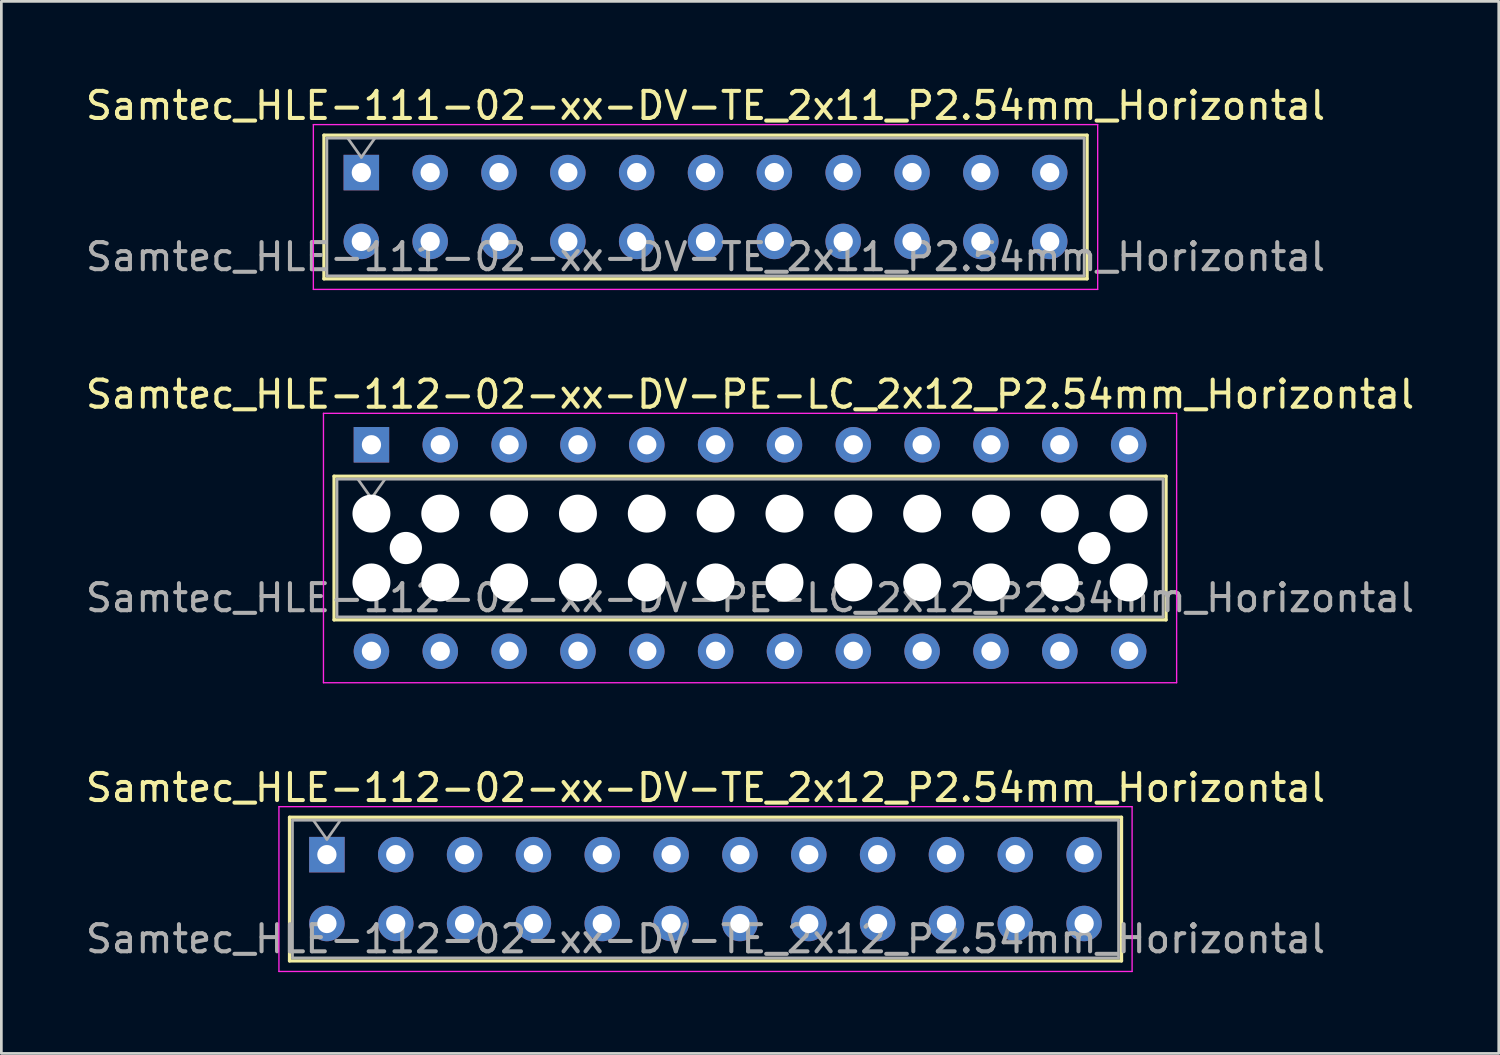
<source format=kicad_pcb>
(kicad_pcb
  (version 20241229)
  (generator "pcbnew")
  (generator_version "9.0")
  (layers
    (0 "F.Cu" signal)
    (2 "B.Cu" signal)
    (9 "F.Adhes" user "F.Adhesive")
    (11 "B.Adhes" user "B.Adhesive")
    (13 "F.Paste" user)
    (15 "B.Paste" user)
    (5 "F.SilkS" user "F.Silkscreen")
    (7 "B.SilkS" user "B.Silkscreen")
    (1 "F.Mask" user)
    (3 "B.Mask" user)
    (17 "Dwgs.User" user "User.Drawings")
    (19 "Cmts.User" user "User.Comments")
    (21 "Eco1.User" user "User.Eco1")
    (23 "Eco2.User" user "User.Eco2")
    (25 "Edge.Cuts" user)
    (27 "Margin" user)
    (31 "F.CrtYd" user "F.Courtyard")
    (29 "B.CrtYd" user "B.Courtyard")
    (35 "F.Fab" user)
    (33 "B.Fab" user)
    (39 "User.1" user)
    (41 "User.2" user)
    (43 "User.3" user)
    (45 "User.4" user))
  (footprint "Samtec_HLE-112-02-xx-DV-PE-LC_2x12_P2.54mm_Horizontal"
    (layer "F.Cu")
    (at 10.655 13.361)
    (property "Reference" "Samtec_HLE-112-02-xx-DV-PE-LC_2x12_P2.54mm_Horizontal" (at 13.97 -1.86 0) (layer "F.SilkS") (effects (font (size 1 1) (thickness 0.15))))
    (attr through_hole)
    (fp_line (start -1.38 1.16) (end 29.32 1.16) (stroke (width 0.12) (type solid)) (layer "F.SilkS"))
    (fp_line (start -1.38 6.46) (end -1.38 1.16) (stroke (width 0.12) (type solid)) (layer "F.SilkS"))
    (fp_line (start 29.32 1.16) (end 29.32 6.46) (stroke (width 0.12) (type solid)) (layer "F.SilkS"))
    (fp_line (start 29.32 6.46) (end -1.38 6.46) (stroke (width 0.12) (type solid)) (layer "F.SilkS"))
    (fp_line (start -1.77 -1.16) (end 29.71 -1.16) (stroke (width 0.05) (type solid)) (layer "F.CrtYd"))
    (fp_line (start -1.77 8.78) (end -1.77 -1.16) (stroke (width 0.05) (type solid)) (layer "F.CrtYd"))
    (fp_line (start 29.71 -1.16) (end 29.71 8.78) (stroke (width 0.05) (type solid)) (layer "F.CrtYd"))
    (fp_line (start 29.71 8.78) (end -1.77 8.78) (stroke (width 0.05) (type solid)) (layer "F.CrtYd"))
    (fp_line (start -1.27 1.27) (end 29.21 1.27) (stroke (width 0.1) (type solid)) (layer "F.Fab"))
    (fp_line (start -1.27 6.35) (end -1.27 1.27) (stroke (width 0.1) (type solid)) (layer "F.Fab"))
    (fp_line (start -0.5 1.27) (end 0 1.977) (stroke (width 0.1) (type solid)) (layer "F.Fab"))
    (fp_line (start 0 1.977) (end 0.5 1.27) (stroke (width 0.1) (type solid)) (layer "F.Fab"))
    (fp_line (start 29.21 1.27) (end 29.21 6.35) (stroke (width 0.1) (type solid)) (layer "F.Fab"))
    (fp_line (start 29.21 6.35) (end -1.27 6.35) (stroke (width 0.1) (type solid)) (layer "F.Fab"))
    (fp_text user "${REFERENCE}" (at 13.97 5.65 0) (layer "F.Fab") (effects (font (size 1 1) (thickness 0.15))))
    (pad "" np_thru_hole circle (at 0 2.54) (size 1.4 1.4) (drill 1.4) (layers "*.Cu" "*.Mask"))
    (pad "" np_thru_hole circle (at 0 5.08) (size 1.4 1.4) (drill 1.4) (layers "*.Cu" "*.Mask"))
    (pad "" np_thru_hole circle (at 1.27 3.81) (size 1.19 1.19) (drill 1.19) (layers "*.Cu" "*.Mask"))
    (pad "" np_thru_hole circle (at 2.54 2.54) (size 1.4 1.4) (drill 1.4) (layers "*.Cu" "*.Mask"))
    (pad "" np_thru_hole circle (at 2.54 5.08) (size 1.4 1.4) (drill 1.4) (layers "*.Cu" "*.Mask"))
    (pad "" np_thru_hole circle (at 5.08 2.54) (size 1.4 1.4) (drill 1.4) (layers "*.Cu" "*.Mask"))
    (pad "" np_thru_hole circle (at 5.08 5.08) (size 1.4 1.4) (drill 1.4) (layers "*.Cu" "*.Mask"))
    (pad "" np_thru_hole circle (at 7.62 2.54) (size 1.4 1.4) (drill 1.4) (layers "*.Cu" "*.Mask"))
    (pad "" np_thru_hole circle (at 7.62 5.08) (size 1.4 1.4) (drill 1.4) (layers "*.Cu" "*.Mask"))
    (pad "" np_thru_hole circle (at 10.16 2.54) (size 1.4 1.4) (drill 1.4) (layers "*.Cu" "*.Mask"))
    (pad "" np_thru_hole circle (at 10.16 5.08) (size 1.4 1.4) (drill 1.4) (layers "*.Cu" "*.Mask"))
    (pad "" np_thru_hole circle (at 12.7 2.54) (size 1.4 1.4) (drill 1.4) (layers "*.Cu" "*.Mask"))
    (pad "" np_thru_hole circle (at 12.7 5.08) (size 1.4 1.4) (drill 1.4) (layers "*.Cu" "*.Mask"))
    (pad "" np_thru_hole circle (at 15.24 2.54) (size 1.4 1.4) (drill 1.4) (layers "*.Cu" "*.Mask"))
    (pad "" np_thru_hole circle (at 15.24 5.08) (size 1.4 1.4) (drill 1.4) (layers "*.Cu" "*.Mask"))
    (pad "" np_thru_hole circle (at 17.78 2.54) (size 1.4 1.4) (drill 1.4) (layers "*.Cu" "*.Mask"))
    (pad "" np_thru_hole circle (at 17.78 5.08) (size 1.4 1.4) (drill 1.4) (layers "*.Cu" "*.Mask"))
    (pad "" np_thru_hole circle (at 20.32 2.54) (size 1.4 1.4) (drill 1.4) (layers "*.Cu" "*.Mask"))
    (pad "" np_thru_hole circle (at 20.32 5.08) (size 1.4 1.4) (drill 1.4) (layers "*.Cu" "*.Mask"))
    (pad "" np_thru_hole circle (at 22.86 2.54) (size 1.4 1.4) (drill 1.4) (layers "*.Cu" "*.Mask"))
    (pad "" np_thru_hole circle (at 22.86 5.08) (size 1.4 1.4) (drill 1.4) (layers "*.Cu" "*.Mask"))
    (pad "" np_thru_hole circle (at 25.4 2.54) (size 1.4 1.4) (drill 1.4) (layers "*.Cu" "*.Mask"))
    (pad "" np_thru_hole circle (at 25.4 5.08) (size 1.4 1.4) (drill 1.4) (layers "*.Cu" "*.Mask"))
    (pad "" np_thru_hole circle (at 26.67 3.81) (size 1.19 1.19) (drill 1.19) (layers "*.Cu" "*.Mask"))
    (pad "" np_thru_hole circle (at 27.94 2.54) (size 1.4 1.4) (drill 1.4) (layers "*.Cu" "*.Mask"))
    (pad "" np_thru_hole circle (at 27.94 5.08) (size 1.4 1.4) (drill 1.4) (layers "*.Cu" "*.Mask"))
    (pad "1" thru_hole rect (at 0 0) (size 1.31 1.31) (drill 0.71) (layers "*.Cu" "*.Mask"))
    (pad "2" thru_hole circle (at 0 7.62) (size 1.31 1.31) (drill 0.71) (layers "*.Cu" "*.Mask"))
    (pad "3" thru_hole circle (at 2.54 0) (size 1.31 1.31) (drill 0.71) (layers "*.Cu" "*.Mask"))
    (pad "4" thru_hole circle (at 2.54 7.62) (size 1.31 1.31) (drill 0.71) (layers "*.Cu" "*.Mask"))
    (pad "5" thru_hole circle (at 5.08 0) (size 1.31 1.31) (drill 0.71) (layers "*.Cu" "*.Mask"))
    (pad "6" thru_hole circle (at 5.08 7.62) (size 1.31 1.31) (drill 0.71) (layers "*.Cu" "*.Mask"))
    (pad "7" thru_hole circle (at 7.62 0) (size 1.31 1.31) (drill 0.71) (layers "*.Cu" "*.Mask"))
    (pad "8" thru_hole circle (at 7.62 7.62) (size 1.31 1.31) (drill 0.71) (layers "*.Cu" "*.Mask"))
    (pad "9" thru_hole circle (at 10.16 0) (size 1.31 1.31) (drill 0.71) (layers "*.Cu" "*.Mask"))
    (pad "10" thru_hole circle (at 10.16 7.62) (size 1.31 1.31) (drill 0.71) (layers "*.Cu" "*.Mask"))
    (pad "11" thru_hole circle (at 12.7 0) (size 1.31 1.31) (drill 0.71) (layers "*.Cu" "*.Mask"))
    (pad "12" thru_hole circle (at 12.7 7.62) (size 1.31 1.31) (drill 0.71) (layers "*.Cu" "*.Mask"))
    (pad "13" thru_hole circle (at 15.24 0) (size 1.31 1.31) (drill 0.71) (layers "*.Cu" "*.Mask"))
    (pad "14" thru_hole circle (at 15.24 7.62) (size 1.31 1.31) (drill 0.71) (layers "*.Cu" "*.Mask"))
    (pad "15" thru_hole circle (at 17.78 0) (size 1.31 1.31) (drill 0.71) (layers "*.Cu" "*.Mask"))
    (pad "16" thru_hole circle (at 17.78 7.62) (size 1.31 1.31) (drill 0.71) (layers "*.Cu" "*.Mask"))
    (pad "17" thru_hole circle (at 20.32 0) (size 1.31 1.31) (drill 0.71) (layers "*.Cu" "*.Mask"))
    (pad "18" thru_hole circle (at 20.32 7.62) (size 1.31 1.31) (drill 0.71) (layers "*.Cu" "*.Mask"))
    (pad "19" thru_hole circle (at 22.86 0) (size 1.31 1.31) (drill 0.71) (layers "*.Cu" "*.Mask"))
    (pad "20" thru_hole circle (at 22.86 7.62) (size 1.31 1.31) (drill 0.71) (layers "*.Cu" "*.Mask"))
    (pad "21" thru_hole circle (at 25.4 0) (size 1.31 1.31) (drill 0.71) (layers "*.Cu" "*.Mask"))
    (pad "22" thru_hole circle (at 25.4 7.62) (size 1.31 1.31) (drill 0.71) (layers "*.Cu" "*.Mask"))
    (pad "23" thru_hole circle (at 27.94 0) (size 1.31 1.31) (drill 0.71) (layers "*.Cu" "*.Mask"))
    (pad "24" thru_hole circle (at 27.94 7.62) (size 1.31 1.31) (drill 0.71) (layers "*.Cu" "*.Mask")))
  (footprint "Samtec_HLE-112-02-xx-DV-TE_2x12_P2.54mm_Horizontal"
    (layer "F.Cu")
    (at 9.012 28.485)
    (property "Reference" "Samtec_HLE-112-02-xx-DV-TE_2x12_P2.54mm_Horizontal" (at 13.97 -2.47 0) (layer "F.SilkS") (effects (font (size 1 1) (thickness 0.15))))
    (attr through_hole)
    (fp_line (start -1.38 -1.38) (end 29.32 -1.38) (stroke (width 0.12) (type solid)) (layer "F.SilkS"))
    (fp_line (start -1.38 3.92) (end -1.38 -1.38) (stroke (width 0.12) (type solid)) (layer "F.SilkS"))
    (fp_line (start 29.32 -1.38) (end 29.32 3.92) (stroke (width 0.12) (type solid)) (layer "F.SilkS"))
    (fp_line (start 29.32 3.92) (end -1.38 3.92) (stroke (width 0.12) (type solid)) (layer "F.SilkS"))
    (fp_line (start -1.77 -1.77) (end 29.71 -1.77) (stroke (width 0.05) (type solid)) (layer "F.CrtYd"))
    (fp_line (start -1.77 4.31) (end -1.77 -1.77) (stroke (width 0.05) (type solid)) (layer "F.CrtYd"))
    (fp_line (start 29.71 -1.77) (end 29.71 4.31) (stroke (width 0.05) (type solid)) (layer "F.CrtYd"))
    (fp_line (start 29.71 4.31) (end -1.77 4.31) (stroke (width 0.05) (type solid)) (layer "F.CrtYd"))
    (fp_line (start -1.27 -1.27) (end 29.21 -1.27) (stroke (width 0.1) (type solid)) (layer "F.Fab"))
    (fp_line (start -1.27 3.81) (end -1.27 -1.27) (stroke (width 0.1) (type solid)) (layer "F.Fab"))
    (fp_line (start -0.5 -1.27) (end 0 -0.563) (stroke (width 0.1) (type solid)) (layer "F.Fab"))
    (fp_line (start 0 -0.563) (end 0.5 -1.27) (stroke (width 0.1) (type solid)) (layer "F.Fab"))
    (fp_line (start 29.21 -1.27) (end 29.21 3.81) (stroke (width 0.1) (type solid)) (layer "F.Fab"))
    (fp_line (start 29.21 3.81) (end -1.27 3.81) (stroke (width 0.1) (type solid)) (layer "F.Fab"))
    (fp_text user "${REFERENCE}" (at 13.97 3.11 0) (layer "F.Fab") (effects (font (size 1 1) (thickness 0.15))))
    (pad "1" thru_hole rect (at 0 0) (size 1.31 1.31) (drill 0.71) (layers "*.Cu" "*.Mask"))
    (pad "2" thru_hole circle (at 0 2.54) (size 1.31 1.31) (drill 0.71) (layers "*.Cu" "*.Mask"))
    (pad "3" thru_hole circle (at 2.54 0) (size 1.31 1.31) (drill 0.71) (layers "*.Cu" "*.Mask"))
    (pad "4" thru_hole circle (at 2.54 2.54) (size 1.31 1.31) (drill 0.71) (layers "*.Cu" "*.Mask"))
    (pad "5" thru_hole circle (at 5.08 0) (size 1.31 1.31) (drill 0.71) (layers "*.Cu" "*.Mask"))
    (pad "6" thru_hole circle (at 5.08 2.54) (size 1.31 1.31) (drill 0.71) (layers "*.Cu" "*.Mask"))
    (pad "7" thru_hole circle (at 7.62 0) (size 1.31 1.31) (drill 0.71) (layers "*.Cu" "*.Mask"))
    (pad "8" thru_hole circle (at 7.62 2.54) (size 1.31 1.31) (drill 0.71) (layers "*.Cu" "*.Mask"))
    (pad "9" thru_hole circle (at 10.16 0) (size 1.31 1.31) (drill 0.71) (layers "*.Cu" "*.Mask"))
    (pad "10" thru_hole circle (at 10.16 2.54) (size 1.31 1.31) (drill 0.71) (layers "*.Cu" "*.Mask"))
    (pad "11" thru_hole circle (at 12.7 0) (size 1.31 1.31) (drill 0.71) (layers "*.Cu" "*.Mask"))
    (pad "12" thru_hole circle (at 12.7 2.54) (size 1.31 1.31) (drill 0.71) (layers "*.Cu" "*.Mask"))
    (pad "13" thru_hole circle (at 15.24 0) (size 1.31 1.31) (drill 0.71) (layers "*.Cu" "*.Mask"))
    (pad "14" thru_hole circle (at 15.24 2.54) (size 1.31 1.31) (drill 0.71) (layers "*.Cu" "*.Mask"))
    (pad "15" thru_hole circle (at 17.78 0) (size 1.31 1.31) (drill 0.71) (layers "*.Cu" "*.Mask"))
    (pad "16" thru_hole circle (at 17.78 2.54) (size 1.31 1.31) (drill 0.71) (layers "*.Cu" "*.Mask"))
    (pad "17" thru_hole circle (at 20.32 0) (size 1.31 1.31) (drill 0.71) (layers "*.Cu" "*.Mask"))
    (pad "18" thru_hole circle (at 20.32 2.54) (size 1.31 1.31) (drill 0.71) (layers "*.Cu" "*.Mask"))
    (pad "19" thru_hole circle (at 22.86 0) (size 1.31 1.31) (drill 0.71) (layers "*.Cu" "*.Mask"))
    (pad "20" thru_hole circle (at 22.86 2.54) (size 1.31 1.31) (drill 0.71) (layers "*.Cu" "*.Mask"))
    (pad "21" thru_hole circle (at 25.4 0) (size 1.31 1.31) (drill 0.71) (layers "*.Cu" "*.Mask"))
    (pad "22" thru_hole circle (at 25.4 2.54) (size 1.31 1.31) (drill 0.71) (layers "*.Cu" "*.Mask"))
    (pad "23" thru_hole circle (at 27.94 0) (size 1.31 1.31) (drill 0.71) (layers "*.Cu" "*.Mask"))
    (pad "24" thru_hole circle (at 27.94 2.54) (size 1.31 1.31) (drill 0.71) (layers "*.Cu" "*.Mask")))
  (footprint "Samtec_HLE-111-02-xx-DV-TE_2x11_P2.54mm_Horizontal"
    (layer "F.Cu")
    (at 10.282 3.318)
    (property "Reference" "Samtec_HLE-111-02-xx-DV-TE_2x11_P2.54mm_Horizontal" (at 12.7 -2.47 0) (layer "F.SilkS") (effects (font (size 1 1) (thickness 0.15))))
    (attr through_hole)
    (fp_line (start -1.38 -1.38) (end 26.78 -1.38) (stroke (width 0.12) (type solid)) (layer "F.SilkS"))
    (fp_line (start -1.38 3.92) (end -1.38 -1.38) (stroke (width 0.12) (type solid)) (layer "F.SilkS"))
    (fp_line (start 26.78 -1.38) (end 26.78 3.92) (stroke (width 0.12) (type solid)) (layer "F.SilkS"))
    (fp_line (start 26.78 3.92) (end -1.38 3.92) (stroke (width 0.12) (type solid)) (layer "F.SilkS"))
    (fp_line (start -1.77 -1.77) (end 27.17 -1.77) (stroke (width 0.05) (type solid)) (layer "F.CrtYd"))
    (fp_line (start -1.77 4.31) (end -1.77 -1.77) (stroke (width 0.05) (type solid)) (layer "F.CrtYd"))
    (fp_line (start 27.17 -1.77) (end 27.17 4.31) (stroke (width 0.05) (type solid)) (layer "F.CrtYd"))
    (fp_line (start 27.17 4.31) (end -1.77 4.31) (stroke (width 0.05) (type solid)) (layer "F.CrtYd"))
    (fp_line (start -1.27 -1.27) (end 26.67 -1.27) (stroke (width 0.1) (type solid)) (layer "F.Fab"))
    (fp_line (start -1.27 3.81) (end -1.27 -1.27) (stroke (width 0.1) (type solid)) (layer "F.Fab"))
    (fp_line (start -0.5 -1.27) (end 0 -0.563) (stroke (width 0.1) (type solid)) (layer "F.Fab"))
    (fp_line (start 0 -0.563) (end 0.5 -1.27) (stroke (width 0.1) (type solid)) (layer "F.Fab"))
    (fp_line (start 26.67 -1.27) (end 26.67 3.81) (stroke (width 0.1) (type solid)) (layer "F.Fab"))
    (fp_line (start 26.67 3.81) (end -1.27 3.81) (stroke (width 0.1) (type solid)) (layer "F.Fab"))
    (fp_text user "${REFERENCE}" (at 12.7 3.11 0) (layer "F.Fab") (effects (font (size 1 1) (thickness 0.15))))
    (pad "1" thru_hole rect (at 0 0) (size 1.31 1.31) (drill 0.71) (layers "*.Cu" "*.Mask"))
    (pad "2" thru_hole circle (at 0 2.54) (size 1.31 1.31) (drill 0.71) (layers "*.Cu" "*.Mask"))
    (pad "3" thru_hole circle (at 2.54 0) (size 1.31 1.31) (drill 0.71) (layers "*.Cu" "*.Mask"))
    (pad "4" thru_hole circle (at 2.54 2.54) (size 1.31 1.31) (drill 0.71) (layers "*.Cu" "*.Mask"))
    (pad "5" thru_hole circle (at 5.08 0) (size 1.31 1.31) (drill 0.71) (layers "*.Cu" "*.Mask"))
    (pad "6" thru_hole circle (at 5.08 2.54) (size 1.31 1.31) (drill 0.71) (layers "*.Cu" "*.Mask"))
    (pad "7" thru_hole circle (at 7.62 0) (size 1.31 1.31) (drill 0.71) (layers "*.Cu" "*.Mask"))
    (pad "8" thru_hole circle (at 7.62 2.54) (size 1.31 1.31) (drill 0.71) (layers "*.Cu" "*.Mask"))
    (pad "9" thru_hole circle (at 10.16 0) (size 1.31 1.31) (drill 0.71) (layers "*.Cu" "*.Mask"))
    (pad "10" thru_hole circle (at 10.16 2.54) (size 1.31 1.31) (drill 0.71) (layers "*.Cu" "*.Mask"))
    (pad "11" thru_hole circle (at 12.7 0) (size 1.31 1.31) (drill 0.71) (layers "*.Cu" "*.Mask"))
    (pad "12" thru_hole circle (at 12.7 2.54) (size 1.31 1.31) (drill 0.71) (layers "*.Cu" "*.Mask"))
    (pad "13" thru_hole circle (at 15.24 0) (size 1.31 1.31) (drill 0.71) (layers "*.Cu" "*.Mask"))
    (pad "14" thru_hole circle (at 15.24 2.54) (size 1.31 1.31) (drill 0.71) (layers "*.Cu" "*.Mask"))
    (pad "15" thru_hole circle (at 17.78 0) (size 1.31 1.31) (drill 0.71) (layers "*.Cu" "*.Mask"))
    (pad "16" thru_hole circle (at 17.78 2.54) (size 1.31 1.31) (drill 0.71) (layers "*.Cu" "*.Mask"))
    (pad "17" thru_hole circle (at 20.32 0) (size 1.31 1.31) (drill 0.71) (layers "*.Cu" "*.Mask"))
    (pad "18" thru_hole circle (at 20.32 2.54) (size 1.31 1.31) (drill 0.71) (layers "*.Cu" "*.Mask"))
    (pad "19" thru_hole circle (at 22.86 0) (size 1.31 1.31) (drill 0.71) (layers "*.Cu" "*.Mask"))
    (pad "20" thru_hole circle (at 22.86 2.54) (size 1.31 1.31) (drill 0.71) (layers "*.Cu" "*.Mask"))
    (pad "21" thru_hole circle (at 25.4 0) (size 1.31 1.31) (drill 0.71) (layers "*.Cu" "*.Mask"))
    (pad "22" thru_hole circle (at 25.4 2.54) (size 1.31 1.31) (drill 0.71) (layers "*.Cu" "*.Mask")))
  (gr_rect
    (start -3 -3)
    (end 52.25 35.82)
    (stroke (width 0.1) (type default))
    (fill no)
    (layer "Edge.Cuts")))
</source>
